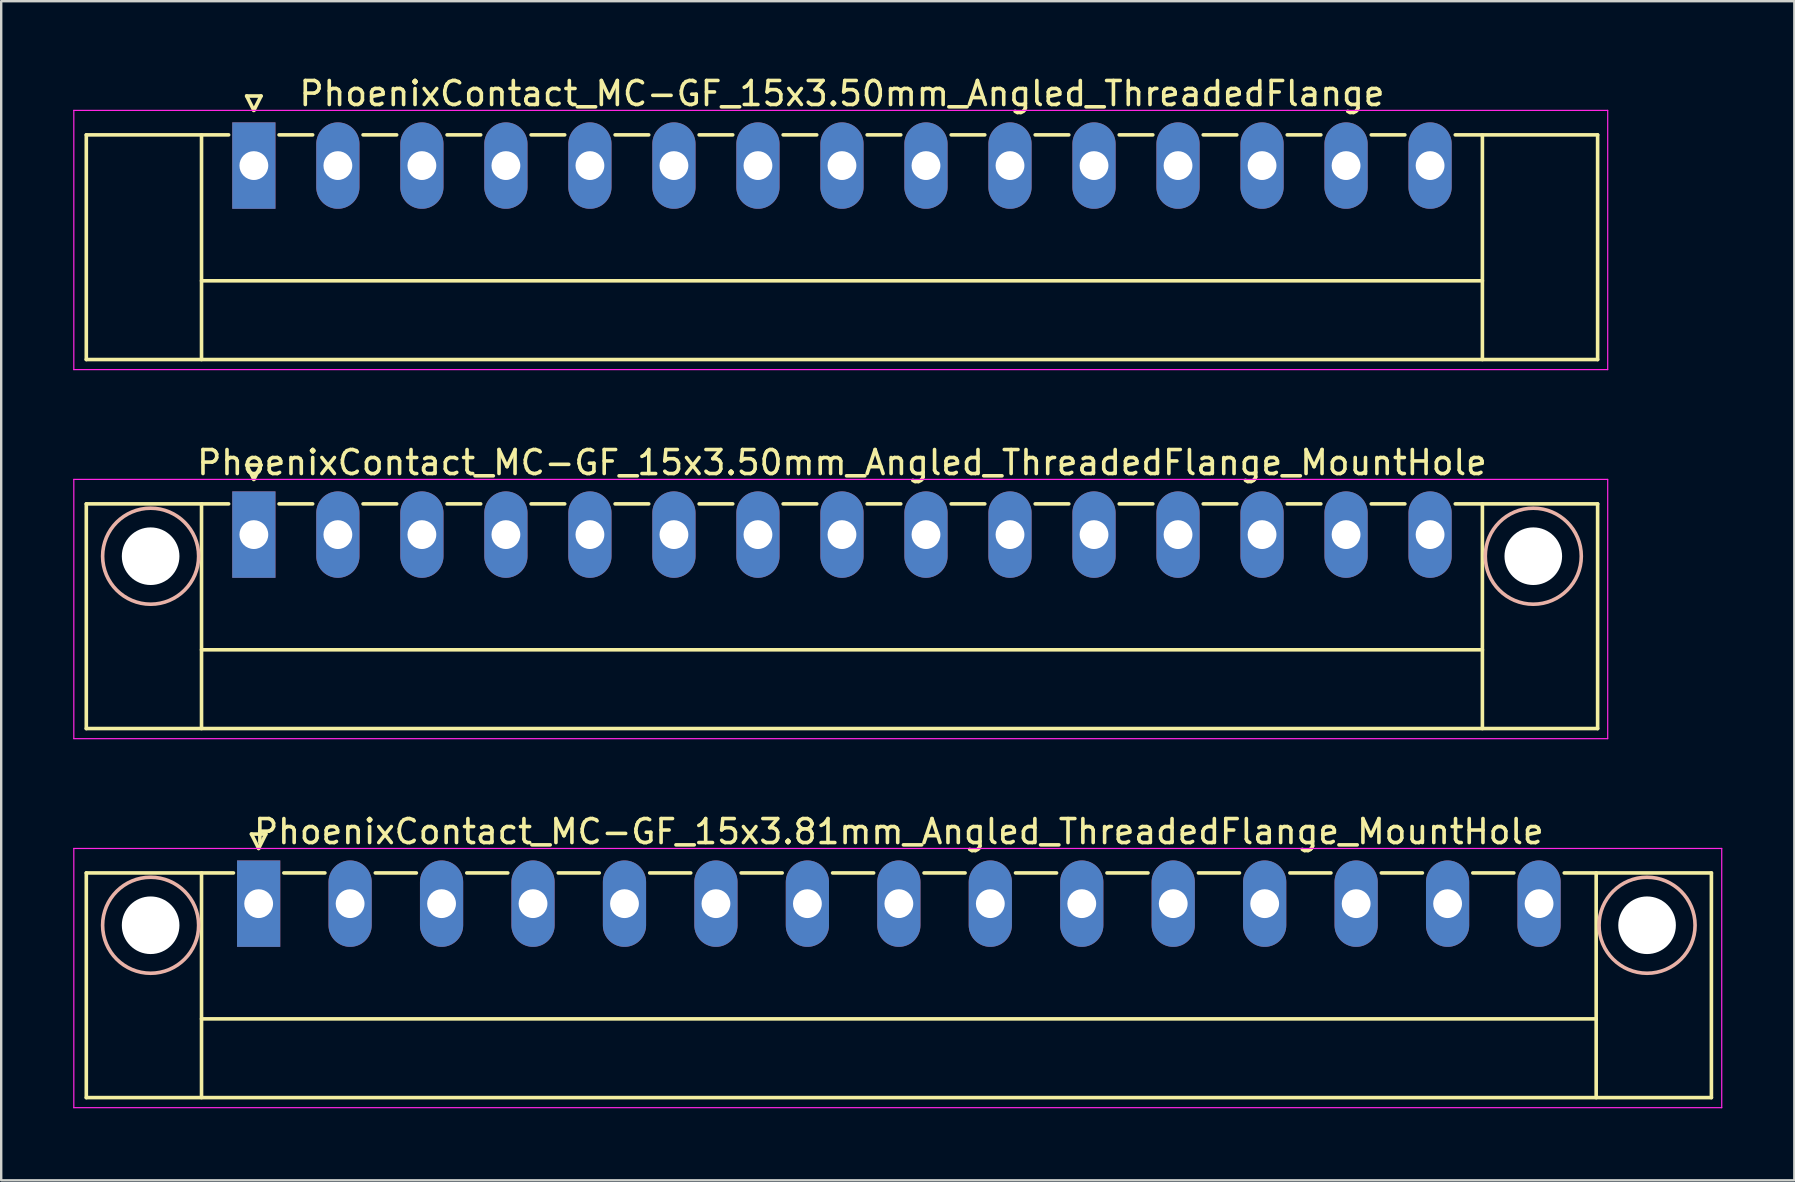
<source format=kicad_pcb>
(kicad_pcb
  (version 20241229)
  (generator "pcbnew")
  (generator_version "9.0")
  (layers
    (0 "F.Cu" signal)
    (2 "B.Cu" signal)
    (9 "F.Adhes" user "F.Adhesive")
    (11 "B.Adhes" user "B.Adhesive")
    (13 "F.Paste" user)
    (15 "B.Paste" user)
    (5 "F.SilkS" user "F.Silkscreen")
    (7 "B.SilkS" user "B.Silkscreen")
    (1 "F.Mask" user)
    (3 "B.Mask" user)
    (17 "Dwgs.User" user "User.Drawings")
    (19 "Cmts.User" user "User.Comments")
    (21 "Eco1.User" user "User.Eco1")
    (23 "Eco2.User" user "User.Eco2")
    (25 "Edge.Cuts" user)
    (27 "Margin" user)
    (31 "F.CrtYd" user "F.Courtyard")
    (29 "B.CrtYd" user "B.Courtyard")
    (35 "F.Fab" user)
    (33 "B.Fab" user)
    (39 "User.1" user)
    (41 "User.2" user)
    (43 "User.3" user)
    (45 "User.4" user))
  (footprint "PhoenixContact_MC-GF_15x3.81mm_Angled_ThreadedFlange_MountHole"
    (layer "F.Cu")
    (at 7.725 34.595)
    (property "Reference" "PhoenixContact_MC-GF_15x3.81mm_Angled_ThreadedFlange_MountHole" (at 26.67 -3 0) (layer "F.SilkS") (effects (font (size 1 1) (thickness 0.15))))
    (attr through_hole)
    (fp_line (start -7.18 -1.28) (end -7.18 8.08) (stroke (width 0.15) (type solid)) (layer "F.SilkS"))
    (fp_line (start -7.18 -1.28) (end -1.05 -1.28) (stroke (width 0.15) (type solid)) (layer "F.SilkS"))
    (fp_line (start -7.18 8.08) (end 60.52 8.08) (stroke (width 0.15) (type solid)) (layer "F.SilkS"))
    (fp_line (start -2.38 -1.28) (end -2.38 8.08) (stroke (width 0.15) (type solid)) (layer "F.SilkS"))
    (fp_line (start -2.38 4.8) (end 55.72 4.8) (stroke (width 0.15) (type solid)) (layer "F.SilkS"))
    (fp_line (start -0.3 -2.9) (end 0 -2.3) (stroke (width 0.15) (type solid)) (layer "F.SilkS"))
    (fp_line (start 0 -2.3) (end 0.3 -2.9) (stroke (width 0.15) (type solid)) (layer "F.SilkS"))
    (fp_line (start 0.3 -2.9) (end -0.3 -2.9) (stroke (width 0.15) (type solid)) (layer "F.SilkS"))
    (fp_line (start 1.05 -1.28) (end 2.76 -1.28) (stroke (width 0.15) (type solid)) (layer "F.SilkS"))
    (fp_line (start 4.86 -1.28) (end 6.57 -1.28) (stroke (width 0.15) (type solid)) (layer "F.SilkS"))
    (fp_line (start 8.67 -1.28) (end 10.38 -1.28) (stroke (width 0.15) (type solid)) (layer "F.SilkS"))
    (fp_line (start 12.48 -1.28) (end 14.19 -1.28) (stroke (width 0.15) (type solid)) (layer "F.SilkS"))
    (fp_line (start 16.29 -1.28) (end 18 -1.28) (stroke (width 0.15) (type solid)) (layer "F.SilkS"))
    (fp_line (start 20.1 -1.28) (end 21.81 -1.28) (stroke (width 0.15) (type solid)) (layer "F.SilkS"))
    (fp_line (start 23.91 -1.28) (end 25.62 -1.28) (stroke (width 0.15) (type solid)) (layer "F.SilkS"))
    (fp_line (start 27.72 -1.28) (end 29.43 -1.28) (stroke (width 0.15) (type solid)) (layer "F.SilkS"))
    (fp_line (start 31.53 -1.28) (end 33.24 -1.28) (stroke (width 0.15) (type solid)) (layer "F.SilkS"))
    (fp_line (start 35.34 -1.28) (end 37.05 -1.28) (stroke (width 0.15) (type solid)) (layer "F.SilkS"))
    (fp_line (start 39.15 -1.28) (end 40.86 -1.28) (stroke (width 0.15) (type solid)) (layer "F.SilkS"))
    (fp_line (start 42.96 -1.28) (end 44.67 -1.28) (stroke (width 0.15) (type solid)) (layer "F.SilkS"))
    (fp_line (start 46.77 -1.28) (end 48.48 -1.28) (stroke (width 0.15) (type solid)) (layer "F.SilkS"))
    (fp_line (start 50.58 -1.28) (end 52.29 -1.28) (stroke (width 0.15) (type solid)) (layer "F.SilkS"))
    (fp_line (start 55.72 -1.28) (end 55.72 8.08) (stroke (width 0.15) (type solid)) (layer "F.SilkS"))
    (fp_line (start 60.52 -1.28) (end 54.39 -1.28) (stroke (width 0.15) (type solid)) (layer "F.SilkS"))
    (fp_line (start 60.52 8.08) (end 60.52 -1.28) (stroke (width 0.15) (type solid)) (layer "F.SilkS"))
    (fp_circle (center -4.5 0.9) (end -2.5 0.9) (stroke (width 0.15) (type solid)) (fill no) (layer "B.SilkS"))
    (fp_circle (center 57.84 0.9) (end 59.84 0.9) (stroke (width 0.15) (type solid)) (fill no) (layer "B.SilkS"))
    (fp_line (start -7.7 -2.3) (end -7.7 8.5) (stroke (width 0.05) (type solid)) (layer "F.CrtYd"))
    (fp_line (start -7.7 8.5) (end 60.95 8.5) (stroke (width 0.05) (type solid)) (layer "F.CrtYd"))
    (fp_line (start 60.95 -2.3) (end -7.7 -2.3) (stroke (width 0.05) (type solid)) (layer "F.CrtYd"))
    (fp_line (start 60.95 8.5) (end 60.95 -2.3) (stroke (width 0.05) (type solid)) (layer "F.CrtYd"))
    (pad "" np_thru_hole circle (at -4.5 0.9) (size 2.4 2.4) (drill 2.4) (layers "*.Cu" "*.Mask"))
    (pad "" np_thru_hole circle (at 57.84 0.9) (size 2.4 2.4) (drill 2.4) (layers "*.Cu" "*.Mask"))
    (pad "1" thru_hole rect (at 0 0) (size 1.8 3.6) (drill 1.2) (layers "*.Cu" "*.Mask"))
    (pad "2" thru_hole oval (at 3.81 0) (size 1.8 3.6) (drill 1.2) (layers "*.Cu" "*.Mask"))
    (pad "3" thru_hole oval (at 7.62 0) (size 1.8 3.6) (drill 1.2) (layers "*.Cu" "*.Mask"))
    (pad "4" thru_hole oval (at 11.43 0) (size 1.8 3.6) (drill 1.2) (layers "*.Cu" "*.Mask"))
    (pad "5" thru_hole oval (at 15.24 0) (size 1.8 3.6) (drill 1.2) (layers "*.Cu" "*.Mask"))
    (pad "6" thru_hole oval (at 19.05 0) (size 1.8 3.6) (drill 1.2) (layers "*.Cu" "*.Mask"))
    (pad "7" thru_hole oval (at 22.86 0) (size 1.8 3.6) (drill 1.2) (layers "*.Cu" "*.Mask"))
    (pad "8" thru_hole oval (at 26.67 0) (size 1.8 3.6) (drill 1.2) (layers "*.Cu" "*.Mask"))
    (pad "9" thru_hole oval (at 30.48 0) (size 1.8 3.6) (drill 1.2) (layers "*.Cu" "*.Mask"))
    (pad "10" thru_hole oval (at 34.29 0) (size 1.8 3.6) (drill 1.2) (layers "*.Cu" "*.Mask"))
    (pad "11" thru_hole oval (at 38.1 0) (size 1.8 3.6) (drill 1.2) (layers "*.Cu" "*.Mask"))
    (pad "12" thru_hole oval (at 41.91 0) (size 1.8 3.6) (drill 1.2) (layers "*.Cu" "*.Mask"))
    (pad "13" thru_hole oval (at 45.72 0) (size 1.8 3.6) (drill 1.2) (layers "*.Cu" "*.Mask"))
    (pad "14" thru_hole oval (at 49.53 0) (size 1.8 3.6) (drill 1.2) (layers "*.Cu" "*.Mask"))
    (pad "15" thru_hole oval (at 53.34 0) (size 1.8 3.6) (drill 1.2) (layers "*.Cu" "*.Mask")))
  (footprint "PhoenixContact_MC-GF_15x3.50mm_Angled_ThreadedFlange_MountHole"
    (layer "F.Cu")
    (at 7.525 19.221)
    (property "Reference" "PhoenixContact_MC-GF_15x3.50mm_Angled_ThreadedFlange_MountHole" (at 24.5 -3 0) (layer "F.SilkS") (effects (font (size 1 1) (thickness 0.15))))
    (attr through_hole)
    (fp_line (start -6.98 -1.28) (end -6.98 8.08) (stroke (width 0.15) (type solid)) (layer "F.SilkS"))
    (fp_line (start -6.98 -1.28) (end -1.05 -1.28) (stroke (width 0.15) (type solid)) (layer "F.SilkS"))
    (fp_line (start -6.98 8.08) (end 55.98 8.08) (stroke (width 0.15) (type solid)) (layer "F.SilkS"))
    (fp_line (start -2.18 -1.28) (end -2.18 8.08) (stroke (width 0.15) (type solid)) (layer "F.SilkS"))
    (fp_line (start -2.18 4.8) (end 51.18 4.8) (stroke (width 0.15) (type solid)) (layer "F.SilkS"))
    (fp_line (start -0.3 -2.9) (end 0 -2.3) (stroke (width 0.15) (type solid)) (layer "F.SilkS"))
    (fp_line (start 0 -2.3) (end 0.3 -2.9) (stroke (width 0.15) (type solid)) (layer "F.SilkS"))
    (fp_line (start 0.3 -2.9) (end -0.3 -2.9) (stroke (width 0.15) (type solid)) (layer "F.SilkS"))
    (fp_line (start 1.05 -1.28) (end 2.45 -1.28) (stroke (width 0.15) (type solid)) (layer "F.SilkS"))
    (fp_line (start 4.55 -1.28) (end 5.95 -1.28) (stroke (width 0.15) (type solid)) (layer "F.SilkS"))
    (fp_line (start 8.05 -1.28) (end 9.45 -1.28) (stroke (width 0.15) (type solid)) (layer "F.SilkS"))
    (fp_line (start 11.55 -1.28) (end 12.95 -1.28) (stroke (width 0.15) (type solid)) (layer "F.SilkS"))
    (fp_line (start 15.05 -1.28) (end 16.45 -1.28) (stroke (width 0.15) (type solid)) (layer "F.SilkS"))
    (fp_line (start 18.55 -1.28) (end 19.95 -1.28) (stroke (width 0.15) (type solid)) (layer "F.SilkS"))
    (fp_line (start 22.05 -1.28) (end 23.45 -1.28) (stroke (width 0.15) (type solid)) (layer "F.SilkS"))
    (fp_line (start 25.55 -1.28) (end 26.95 -1.28) (stroke (width 0.15) (type solid)) (layer "F.SilkS"))
    (fp_line (start 29.05 -1.28) (end 30.45 -1.28) (stroke (width 0.15) (type solid)) (layer "F.SilkS"))
    (fp_line (start 32.55 -1.28) (end 33.95 -1.28) (stroke (width 0.15) (type solid)) (layer "F.SilkS"))
    (fp_line (start 36.05 -1.28) (end 37.45 -1.28) (stroke (width 0.15) (type solid)) (layer "F.SilkS"))
    (fp_line (start 39.55 -1.28) (end 40.95 -1.28) (stroke (width 0.15) (type solid)) (layer "F.SilkS"))
    (fp_line (start 43.05 -1.28) (end 44.45 -1.28) (stroke (width 0.15) (type solid)) (layer "F.SilkS"))
    (fp_line (start 46.55 -1.28) (end 47.95 -1.28) (stroke (width 0.15) (type solid)) (layer "F.SilkS"))
    (fp_line (start 51.18 -1.28) (end 51.18 8.08) (stroke (width 0.15) (type solid)) (layer "F.SilkS"))
    (fp_line (start 55.98 -1.28) (end 50.05 -1.28) (stroke (width 0.15) (type solid)) (layer "F.SilkS"))
    (fp_line (start 55.98 8.08) (end 55.98 -1.28) (stroke (width 0.15) (type solid)) (layer "F.SilkS"))
    (fp_circle (center -4.3 0.9) (end -2.3 0.9) (stroke (width 0.15) (type solid)) (fill no) (layer "B.SilkS"))
    (fp_circle (center 53.3 0.9) (end 55.3 0.9) (stroke (width 0.15) (type solid)) (fill no) (layer "B.SilkS"))
    (fp_line (start -7.5 -2.3) (end -7.5 8.5) (stroke (width 0.05) (type solid)) (layer "F.CrtYd"))
    (fp_line (start -7.5 8.5) (end 56.4 8.5) (stroke (width 0.05) (type solid)) (layer "F.CrtYd"))
    (fp_line (start 56.4 -2.3) (end -7.5 -2.3) (stroke (width 0.05) (type solid)) (layer "F.CrtYd"))
    (fp_line (start 56.4 8.5) (end 56.4 -2.3) (stroke (width 0.05) (type solid)) (layer "F.CrtYd"))
    (pad "" np_thru_hole circle (at -4.3 0.9) (size 2.4 2.4) (drill 2.4) (layers "*.Cu" "*.Mask"))
    (pad "" np_thru_hole circle (at 53.3 0.9) (size 2.4 2.4) (drill 2.4) (layers "*.Cu" "*.Mask"))
    (pad "1" thru_hole rect (at 0 0) (size 1.8 3.6) (drill 1.2) (layers "*.Cu" "*.Mask"))
    (pad "2" thru_hole oval (at 3.5 0) (size 1.8 3.6) (drill 1.2) (layers "*.Cu" "*.Mask"))
    (pad "3" thru_hole oval (at 7 0) (size 1.8 3.6) (drill 1.2) (layers "*.Cu" "*.Mask"))
    (pad "4" thru_hole oval (at 10.5 0) (size 1.8 3.6) (drill 1.2) (layers "*.Cu" "*.Mask"))
    (pad "5" thru_hole oval (at 14 0) (size 1.8 3.6) (drill 1.2) (layers "*.Cu" "*.Mask"))
    (pad "6" thru_hole oval (at 17.5 0) (size 1.8 3.6) (drill 1.2) (layers "*.Cu" "*.Mask"))
    (pad "7" thru_hole oval (at 21 0) (size 1.8 3.6) (drill 1.2) (layers "*.Cu" "*.Mask"))
    (pad "8" thru_hole oval (at 24.5 0) (size 1.8 3.6) (drill 1.2) (layers "*.Cu" "*.Mask"))
    (pad "9" thru_hole oval (at 28 0) (size 1.8 3.6) (drill 1.2) (layers "*.Cu" "*.Mask"))
    (pad "10" thru_hole oval (at 31.5 0) (size 1.8 3.6) (drill 1.2) (layers "*.Cu" "*.Mask"))
    (pad "11" thru_hole oval (at 35 0) (size 1.8 3.6) (drill 1.2) (layers "*.Cu" "*.Mask"))
    (pad "12" thru_hole oval (at 38.5 0) (size 1.8 3.6) (drill 1.2) (layers "*.Cu" "*.Mask"))
    (pad "13" thru_hole oval (at 42 0) (size 1.8 3.6) (drill 1.2) (layers "*.Cu" "*.Mask"))
    (pad "14" thru_hole oval (at 45.5 0) (size 1.8 3.6) (drill 1.2) (layers "*.Cu" "*.Mask"))
    (pad "15" thru_hole oval (at 49 0) (size 1.8 3.6) (drill 1.2) (layers "*.Cu" "*.Mask")))
  (footprint "PhoenixContact_MC-GF_15x3.50mm_Angled_ThreadedFlange"
    (layer "F.Cu")
    (at 7.525 3.848)
    (property "Reference" "PhoenixContact_MC-GF_15x3.50mm_Angled_ThreadedFlange" (at 24.5 -3 0) (layer "F.SilkS") (effects (font (size 1 1) (thickness 0.15))))
    (attr through_hole)
    (fp_line (start -6.98 -1.28) (end -6.98 8.08) (stroke (width 0.15) (type solid)) (layer "F.SilkS"))
    (fp_line (start -6.98 -1.28) (end -1.05 -1.28) (stroke (width 0.15) (type solid)) (layer "F.SilkS"))
    (fp_line (start -6.98 8.08) (end 55.98 8.08) (stroke (width 0.15) (type solid)) (layer "F.SilkS"))
    (fp_line (start -2.18 -1.28) (end -2.18 8.08) (stroke (width 0.15) (type solid)) (layer "F.SilkS"))
    (fp_line (start -2.18 4.8) (end 51.18 4.8) (stroke (width 0.15) (type solid)) (layer "F.SilkS"))
    (fp_line (start -0.3 -2.9) (end 0 -2.3) (stroke (width 0.15) (type solid)) (layer "F.SilkS"))
    (fp_line (start 0 -2.3) (end 0.3 -2.9) (stroke (width 0.15) (type solid)) (layer "F.SilkS"))
    (fp_line (start 0.3 -2.9) (end -0.3 -2.9) (stroke (width 0.15) (type solid)) (layer "F.SilkS"))
    (fp_line (start 1.05 -1.28) (end 2.45 -1.28) (stroke (width 0.15) (type solid)) (layer "F.SilkS"))
    (fp_line (start 4.55 -1.28) (end 5.95 -1.28) (stroke (width 0.15) (type solid)) (layer "F.SilkS"))
    (fp_line (start 8.05 -1.28) (end 9.45 -1.28) (stroke (width 0.15) (type solid)) (layer "F.SilkS"))
    (fp_line (start 11.55 -1.28) (end 12.95 -1.28) (stroke (width 0.15) (type solid)) (layer "F.SilkS"))
    (fp_line (start 15.05 -1.28) (end 16.45 -1.28) (stroke (width 0.15) (type solid)) (layer "F.SilkS"))
    (fp_line (start 18.55 -1.28) (end 19.95 -1.28) (stroke (width 0.15) (type solid)) (layer "F.SilkS"))
    (fp_line (start 22.05 -1.28) (end 23.45 -1.28) (stroke (width 0.15) (type solid)) (layer "F.SilkS"))
    (fp_line (start 25.55 -1.28) (end 26.95 -1.28) (stroke (width 0.15) (type solid)) (layer "F.SilkS"))
    (fp_line (start 29.05 -1.28) (end 30.45 -1.28) (stroke (width 0.15) (type solid)) (layer "F.SilkS"))
    (fp_line (start 32.55 -1.28) (end 33.95 -1.28) (stroke (width 0.15) (type solid)) (layer "F.SilkS"))
    (fp_line (start 36.05 -1.28) (end 37.45 -1.28) (stroke (width 0.15) (type solid)) (layer "F.SilkS"))
    (fp_line (start 39.55 -1.28) (end 40.95 -1.28) (stroke (width 0.15) (type solid)) (layer "F.SilkS"))
    (fp_line (start 43.05 -1.28) (end 44.45 -1.28) (stroke (width 0.15) (type solid)) (layer "F.SilkS"))
    (fp_line (start 46.55 -1.28) (end 47.95 -1.28) (stroke (width 0.15) (type solid)) (layer "F.SilkS"))
    (fp_line (start 51.18 -1.28) (end 51.18 8.08) (stroke (width 0.15) (type solid)) (layer "F.SilkS"))
    (fp_line (start 55.98 -1.28) (end 50.05 -1.28) (stroke (width 0.15) (type solid)) (layer "F.SilkS"))
    (fp_line (start 55.98 8.08) (end 55.98 -1.28) (stroke (width 0.15) (type solid)) (layer "F.SilkS"))
    (fp_line (start -7.5 -2.3) (end -7.5 8.5) (stroke (width 0.05) (type solid)) (layer "F.CrtYd"))
    (fp_line (start -7.5 8.5) (end 56.4 8.5) (stroke (width 0.05) (type solid)) (layer "F.CrtYd"))
    (fp_line (start 56.4 -2.3) (end -7.5 -2.3) (stroke (width 0.05) (type solid)) (layer "F.CrtYd"))
    (fp_line (start 56.4 8.5) (end 56.4 -2.3) (stroke (width 0.05) (type solid)) (layer "F.CrtYd"))
    (pad "1" thru_hole rect (at 0 0) (size 1.8 3.6) (drill 1.2) (layers "*.Cu" "*.Mask"))
    (pad "2" thru_hole oval (at 3.5 0) (size 1.8 3.6) (drill 1.2) (layers "*.Cu" "*.Mask"))
    (pad "3" thru_hole oval (at 7 0) (size 1.8 3.6) (drill 1.2) (layers "*.Cu" "*.Mask"))
    (pad "4" thru_hole oval (at 10.5 0) (size 1.8 3.6) (drill 1.2) (layers "*.Cu" "*.Mask"))
    (pad "5" thru_hole oval (at 14 0) (size 1.8 3.6) (drill 1.2) (layers "*.Cu" "*.Mask"))
    (pad "6" thru_hole oval (at 17.5 0) (size 1.8 3.6) (drill 1.2) (layers "*.Cu" "*.Mask"))
    (pad "7" thru_hole oval (at 21 0) (size 1.8 3.6) (drill 1.2) (layers "*.Cu" "*.Mask"))
    (pad "8" thru_hole oval (at 24.5 0) (size 1.8 3.6) (drill 1.2) (layers "*.Cu" "*.Mask"))
    (pad "9" thru_hole oval (at 28 0) (size 1.8 3.6) (drill 1.2) (layers "*.Cu" "*.Mask"))
    (pad "10" thru_hole oval (at 31.5 0) (size 1.8 3.6) (drill 1.2) (layers "*.Cu" "*.Mask"))
    (pad "11" thru_hole oval (at 35 0) (size 1.8 3.6) (drill 1.2) (layers "*.Cu" "*.Mask"))
    (pad "12" thru_hole oval (at 38.5 0) (size 1.8 3.6) (drill 1.2) (layers "*.Cu" "*.Mask"))
    (pad "13" thru_hole oval (at 42 0) (size 1.8 3.6) (drill 1.2) (layers "*.Cu" "*.Mask"))
    (pad "14" thru_hole oval (at 45.5 0) (size 1.8 3.6) (drill 1.2) (layers "*.Cu" "*.Mask"))
    (pad "15" thru_hole oval (at 49 0) (size 1.8 3.6) (drill 1.2) (layers "*.Cu" "*.Mask")))
  (gr_rect
    (start -3 -3)
    (end 71.7 46.12)
    (stroke (width 0.1) (type default))
    (fill no)
    (layer "Edge.Cuts")))
</source>
